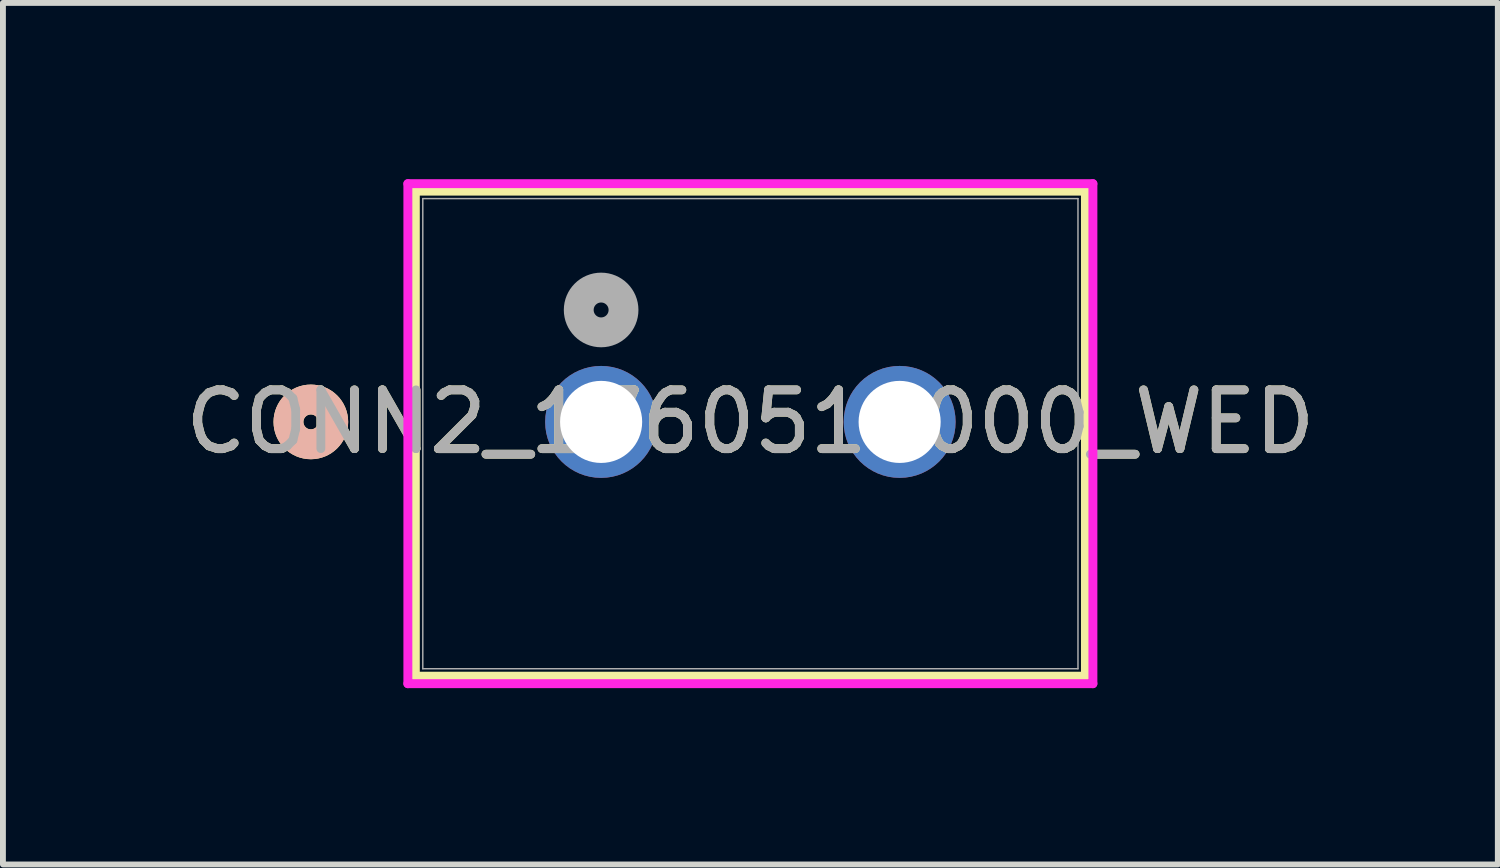
<source format=kicad_pcb>
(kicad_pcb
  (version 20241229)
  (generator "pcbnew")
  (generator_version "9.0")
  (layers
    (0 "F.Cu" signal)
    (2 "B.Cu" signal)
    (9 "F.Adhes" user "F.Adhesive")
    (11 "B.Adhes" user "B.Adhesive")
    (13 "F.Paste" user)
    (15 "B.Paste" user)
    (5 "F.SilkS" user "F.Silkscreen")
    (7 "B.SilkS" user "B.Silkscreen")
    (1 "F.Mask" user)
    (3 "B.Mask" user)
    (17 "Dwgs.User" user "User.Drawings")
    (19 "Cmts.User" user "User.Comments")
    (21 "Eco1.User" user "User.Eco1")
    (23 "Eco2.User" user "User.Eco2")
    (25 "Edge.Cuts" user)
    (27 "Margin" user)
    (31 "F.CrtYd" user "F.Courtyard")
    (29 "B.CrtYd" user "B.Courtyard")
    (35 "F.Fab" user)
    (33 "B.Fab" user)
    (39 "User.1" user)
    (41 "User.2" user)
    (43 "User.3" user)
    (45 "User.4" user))
  (footprint "CONN2_1760510000_WED"
    (layer "F.Cu")
    (at 7.18 4.13)
    (property "Reference" "CONN2_1760510000_WED" (at 2.54 0 0) (unlocked yes) (layer "F.SilkS") (effects (font (size 1 1) (thickness 0.15))))
    (attr through_hole)
    (fp_line (start -3.162 -3.927) (end -3.162 4.328) (stroke (width 0.152) (type solid)) (layer "F.SilkS"))
    (fp_line (start -3.162 4.328) (end 8.242 4.328) (stroke (width 0.152) (type solid)) (layer "F.SilkS"))
    (fp_line (start 8.242 -3.927) (end -3.162 -3.927) (stroke (width 0.152) (type solid)) (layer "F.SilkS"))
    (fp_line (start 8.242 4.328) (end 8.242 -3.927) (stroke (width 0.152) (type solid)) (layer "F.SilkS"))
    (fp_circle (center -4.94 0) (end -4.559 0) (stroke (width 0.508) (type solid)) (fill no) (layer "F.SilkS"))
    (fp_circle (center -4.94 0) (end -4.559 0) (stroke (width 0.508) (type solid)) (fill no) (layer "B.SilkS"))
    (fp_line (start -3.289 -4.054) (end -3.289 4.455) (stroke (width 0.152) (type solid)) (layer "F.CrtYd"))
    (fp_line (start -3.289 4.455) (end 8.369 4.455) (stroke (width 0.152) (type solid)) (layer "F.CrtYd"))
    (fp_line (start 8.369 -4.054) (end -3.289 -4.054) (stroke (width 0.152) (type solid)) (layer "F.CrtYd"))
    (fp_line (start 8.369 4.455) (end 8.369 -4.054) (stroke (width 0.152) (type solid)) (layer "F.CrtYd"))
    (fp_line (start -3.035 -3.8) (end -3.035 4.201) (stroke (width 0.025) (type solid)) (layer "F.Fab"))
    (fp_line (start -3.035 4.201) (end 8.115 4.201) (stroke (width 0.025) (type solid)) (layer "F.Fab"))
    (fp_line (start 8.115 -3.8) (end -3.035 -3.8) (stroke (width 0.025) (type solid)) (layer "F.Fab"))
    (fp_line (start 8.115 4.201) (end 8.115 -3.8) (stroke (width 0.025) (type solid)) (layer "F.Fab"))
    (fp_circle (center 0 -1.905) (end 0.381 -1.905) (stroke (width 0.508) (type solid)) (fill no) (layer "F.Fab"))
    (fp_text user "${REFERENCE}" (at 2.54 0 0) (unlocked yes) (layer "F.Fab") (effects (font (size 1 1) (thickness 0.15))))
    (pad "1" thru_hole circle (at 0 0) (size 1.905 1.905) (drill 1.397) (layers "*.Cu" "*.Mask"))
    (pad "2" thru_hole circle (at 5.08 0) (size 1.905 1.905) (drill 1.397) (layers "*.Cu" "*.Mask")))
  (gr_rect
    (start -3 -3)
    (end 22.44 11.661)
    (stroke (width 0.1) (type default))
    (fill no)
    (layer "Edge.Cuts")))
</source>
